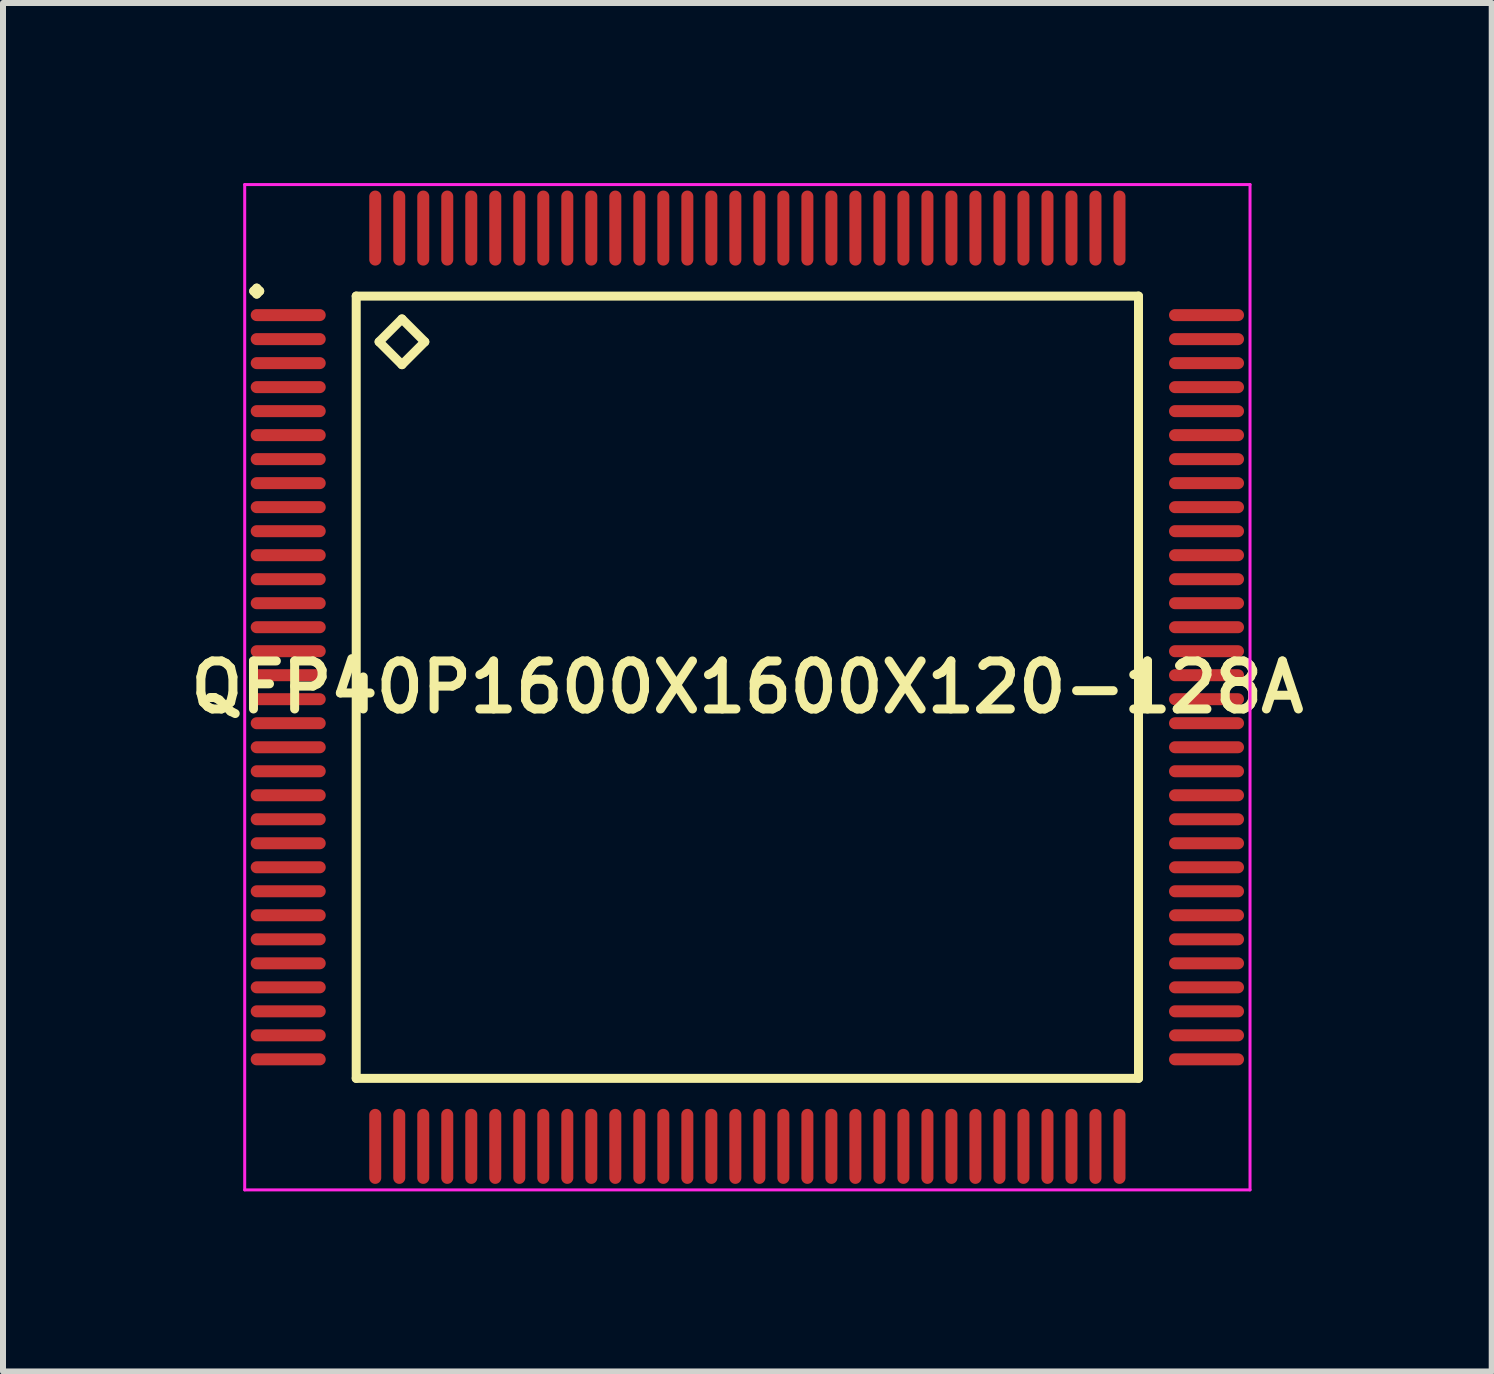
<source format=kicad_pcb>
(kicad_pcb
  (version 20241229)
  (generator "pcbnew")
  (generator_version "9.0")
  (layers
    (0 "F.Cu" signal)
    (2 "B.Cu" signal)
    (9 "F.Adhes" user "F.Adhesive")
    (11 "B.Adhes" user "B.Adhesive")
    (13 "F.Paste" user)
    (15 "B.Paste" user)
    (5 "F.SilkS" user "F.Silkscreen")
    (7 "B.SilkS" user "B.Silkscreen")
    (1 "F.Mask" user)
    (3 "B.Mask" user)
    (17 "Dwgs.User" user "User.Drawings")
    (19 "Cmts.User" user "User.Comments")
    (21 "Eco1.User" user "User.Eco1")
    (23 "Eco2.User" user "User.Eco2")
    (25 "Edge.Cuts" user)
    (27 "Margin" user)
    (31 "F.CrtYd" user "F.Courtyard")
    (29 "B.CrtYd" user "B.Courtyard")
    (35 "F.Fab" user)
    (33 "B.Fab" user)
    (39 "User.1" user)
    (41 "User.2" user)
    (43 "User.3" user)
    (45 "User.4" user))
  (footprint "QFP40P1600X1600X120-128A"
    (layer "F.Cu")
    (at 9.402 8.4)
    (property "Reference" "QFP40P1600X1600X120-128A" (at 0 0 0) (layer "F.SilkS") (effects (font (size 0.8 0.8) (thickness 0.15))))
    (attr smd)
    (fp_line (start -8.225 -6.6) (end -8.175 -6.65) (stroke (width 0.15) (type solid)) (layer "F.SilkS"))
    (fp_line (start -8.175 -6.65) (end -8.125 -6.6) (stroke (width 0.15) (type solid)) (layer "F.SilkS"))
    (fp_line (start -8.175 -6.55) (end -8.225 -6.6) (stroke (width 0.15) (type solid)) (layer "F.SilkS"))
    (fp_line (start -8.125 -6.6) (end -8.175 -6.55) (stroke (width 0.15) (type solid)) (layer "F.SilkS"))
    (fp_line (start -6.517 -6.517) (end -6.517 6.517) (stroke (width 0.15) (type solid)) (layer "F.SilkS"))
    (fp_line (start -6.517 6.517) (end 6.517 6.517) (stroke (width 0.15) (type solid)) (layer "F.SilkS"))
    (fp_line (start -6.136 -5.755) (end -5.755 -6.136) (stroke (width 0.15) (type solid)) (layer "F.SilkS"))
    (fp_line (start -5.755 -6.136) (end -5.374 -5.755) (stroke (width 0.15) (type solid)) (layer "F.SilkS"))
    (fp_line (start -5.755 -5.374) (end -6.136 -5.755) (stroke (width 0.15) (type solid)) (layer "F.SilkS"))
    (fp_line (start -5.374 -5.755) (end -5.755 -5.374) (stroke (width 0.15) (type solid)) (layer "F.SilkS"))
    (fp_line (start 6.517 -6.517) (end -6.517 -6.517) (stroke (width 0.15) (type solid)) (layer "F.SilkS"))
    (fp_line (start 6.517 6.517) (end 6.517 -6.517) (stroke (width 0.15) (type solid)) (layer "F.SilkS"))
    (fp_line (start -8.375 -8.375) (end 8.375 -8.375) (stroke (width 0.05) (type solid)) (layer "F.CrtYd"))
    (fp_line (start -8.375 8.375) (end -8.375 -8.375) (stroke (width 0.05) (type solid)) (layer "F.CrtYd"))
    (fp_line (start 8.375 -8.375) (end 8.375 8.375) (stroke (width 0.05) (type solid)) (layer "F.CrtYd"))
    (fp_line (start 8.375 8.375) (end -8.375 8.375) (stroke (width 0.05) (type solid)) (layer "F.CrtYd"))
    (pad "1" smd oval (at -7.65 -6.2) (size 1.25 0.2) (layers "F.Cu" "F.Mask" "F.Paste"))
    (pad "2" smd oval (at -7.65 -5.8) (size 1.25 0.2) (layers "F.Cu" "F.Mask" "F.Paste"))
    (pad "3" smd oval (at -7.65 -5.4) (size 1.25 0.2) (layers "F.Cu" "F.Mask" "F.Paste"))
    (pad "4" smd oval (at -7.65 -5) (size 1.25 0.2) (layers "F.Cu" "F.Mask" "F.Paste"))
    (pad "5" smd oval (at -7.65 -4.6) (size 1.25 0.2) (layers "F.Cu" "F.Mask" "F.Paste"))
    (pad "6" smd oval (at -7.65 -4.2) (size 1.25 0.2) (layers "F.Cu" "F.Mask" "F.Paste"))
    (pad "7" smd oval (at -7.65 -3.8) (size 1.25 0.2) (layers "F.Cu" "F.Mask" "F.Paste"))
    (pad "8" smd oval (at -7.65 -3.4) (size 1.25 0.2) (layers "F.Cu" "F.Mask" "F.Paste"))
    (pad "9" smd oval (at -7.65 -3) (size 1.25 0.2) (layers "F.Cu" "F.Mask" "F.Paste"))
    (pad "10" smd oval (at -7.65 -2.6) (size 1.25 0.2) (layers "F.Cu" "F.Mask" "F.Paste"))
    (pad "11" smd oval (at -7.65 -2.2) (size 1.25 0.2) (layers "F.Cu" "F.Mask" "F.Paste"))
    (pad "12" smd oval (at -7.65 -1.8) (size 1.25 0.2) (layers "F.Cu" "F.Mask" "F.Paste"))
    (pad "13" smd oval (at -7.65 -1.4) (size 1.25 0.2) (layers "F.Cu" "F.Mask" "F.Paste"))
    (pad "14" smd oval (at -7.65 -1) (size 1.25 0.2) (layers "F.Cu" "F.Mask" "F.Paste"))
    (pad "15" smd oval (at -7.65 -0.6) (size 1.25 0.2) (layers "F.Cu" "F.Mask" "F.Paste"))
    (pad "16" smd oval (at -7.65 -0.2) (size 1.25 0.2) (layers "F.Cu" "F.Mask" "F.Paste"))
    (pad "17" smd oval (at -7.65 0.2) (size 1.25 0.2) (layers "F.Cu" "F.Mask" "F.Paste"))
    (pad "18" smd oval (at -7.65 0.6) (size 1.25 0.2) (layers "F.Cu" "F.Mask" "F.Paste"))
    (pad "19" smd oval (at -7.65 1) (size 1.25 0.2) (layers "F.Cu" "F.Mask" "F.Paste"))
    (pad "20" smd oval (at -7.65 1.4) (size 1.25 0.2) (layers "F.Cu" "F.Mask" "F.Paste"))
    (pad "21" smd oval (at -7.65 1.8) (size 1.25 0.2) (layers "F.Cu" "F.Mask" "F.Paste"))
    (pad "22" smd oval (at -7.65 2.2) (size 1.25 0.2) (layers "F.Cu" "F.Mask" "F.Paste"))
    (pad "23" smd oval (at -7.65 2.6) (size 1.25 0.2) (layers "F.Cu" "F.Mask" "F.Paste"))
    (pad "24" smd oval (at -7.65 3) (size 1.25 0.2) (layers "F.Cu" "F.Mask" "F.Paste"))
    (pad "25" smd oval (at -7.65 3.4) (size 1.25 0.2) (layers "F.Cu" "F.Mask" "F.Paste"))
    (pad "26" smd oval (at -7.65 3.8) (size 1.25 0.2) (layers "F.Cu" "F.Mask" "F.Paste"))
    (pad "27" smd oval (at -7.65 4.2) (size 1.25 0.2) (layers "F.Cu" "F.Mask" "F.Paste"))
    (pad "28" smd oval (at -7.65 4.6) (size 1.25 0.2) (layers "F.Cu" "F.Mask" "F.Paste"))
    (pad "29" smd oval (at -7.65 5) (size 1.25 0.2) (layers "F.Cu" "F.Mask" "F.Paste"))
    (pad "30" smd oval (at -7.65 5.4) (size 1.25 0.2) (layers "F.Cu" "F.Mask" "F.Paste"))
    (pad "31" smd oval (at -7.65 5.8) (size 1.25 0.2) (layers "F.Cu" "F.Mask" "F.Paste"))
    (pad "32" smd oval (at -7.65 6.2) (size 1.25 0.2) (layers "F.Cu" "F.Mask" "F.Paste"))
    (pad "33" smd oval (at -6.2 7.65) (size 0.2 1.25) (layers "F.Cu" "F.Mask" "F.Paste"))
    (pad "34" smd oval (at -5.8 7.65) (size 0.2 1.25) (layers "F.Cu" "F.Mask" "F.Paste"))
    (pad "35" smd oval (at -5.4 7.65) (size 0.2 1.25) (layers "F.Cu" "F.Mask" "F.Paste"))
    (pad "36" smd oval (at -5 7.65) (size 0.2 1.25) (layers "F.Cu" "F.Mask" "F.Paste"))
    (pad "37" smd oval (at -4.6 7.65) (size 0.2 1.25) (layers "F.Cu" "F.Mask" "F.Paste"))
    (pad "38" smd oval (at -4.2 7.65) (size 0.2 1.25) (layers "F.Cu" "F.Mask" "F.Paste"))
    (pad "39" smd oval (at -3.8 7.65) (size 0.2 1.25) (layers "F.Cu" "F.Mask" "F.Paste"))
    (pad "40" smd oval (at -3.4 7.65) (size 0.2 1.25) (layers "F.Cu" "F.Mask" "F.Paste"))
    (pad "41" smd oval (at -3 7.65) (size 0.2 1.25) (layers "F.Cu" "F.Mask" "F.Paste"))
    (pad "42" smd oval (at -2.6 7.65) (size 0.2 1.25) (layers "F.Cu" "F.Mask" "F.Paste"))
    (pad "43" smd oval (at -2.2 7.65) (size 0.2 1.25) (layers "F.Cu" "F.Mask" "F.Paste"))
    (pad "44" smd oval (at -1.8 7.65) (size 0.2 1.25) (layers "F.Cu" "F.Mask" "F.Paste"))
    (pad "45" smd oval (at -1.4 7.65) (size 0.2 1.25) (layers "F.Cu" "F.Mask" "F.Paste"))
    (pad "46" smd oval (at -1 7.65) (size 0.2 1.25) (layers "F.Cu" "F.Mask" "F.Paste"))
    (pad "47" smd oval (at -0.6 7.65) (size 0.2 1.25) (layers "F.Cu" "F.Mask" "F.Paste"))
    (pad "48" smd oval (at -0.2 7.65) (size 0.2 1.25) (layers "F.Cu" "F.Mask" "F.Paste"))
    (pad "49" smd oval (at 0.2 7.65) (size 0.2 1.25) (layers "F.Cu" "F.Mask" "F.Paste"))
    (pad "50" smd oval (at 0.6 7.65) (size 0.2 1.25) (layers "F.Cu" "F.Mask" "F.Paste"))
    (pad "51" smd oval (at 1 7.65) (size 0.2 1.25) (layers "F.Cu" "F.Mask" "F.Paste"))
    (pad "52" smd oval (at 1.4 7.65) (size 0.2 1.25) (layers "F.Cu" "F.Mask" "F.Paste"))
    (pad "53" smd oval (at 1.8 7.65) (size 0.2 1.25) (layers "F.Cu" "F.Mask" "F.Paste"))
    (pad "54" smd oval (at 2.2 7.65) (size 0.2 1.25) (layers "F.Cu" "F.Mask" "F.Paste"))
    (pad "55" smd oval (at 2.6 7.65) (size 0.2 1.25) (layers "F.Cu" "F.Mask" "F.Paste"))
    (pad "56" smd oval (at 3 7.65) (size 0.2 1.25) (layers "F.Cu" "F.Mask" "F.Paste"))
    (pad "57" smd oval (at 3.4 7.65) (size 0.2 1.25) (layers "F.Cu" "F.Mask" "F.Paste"))
    (pad "58" smd oval (at 3.8 7.65) (size 0.2 1.25) (layers "F.Cu" "F.Mask" "F.Paste"))
    (pad "59" smd oval (at 4.2 7.65) (size 0.2 1.25) (layers "F.Cu" "F.Mask" "F.Paste"))
    (pad "60" smd oval (at 4.6 7.65) (size 0.2 1.25) (layers "F.Cu" "F.Mask" "F.Paste"))
    (pad "61" smd oval (at 5 7.65) (size 0.2 1.25) (layers "F.Cu" "F.Mask" "F.Paste"))
    (pad "62" smd oval (at 5.4 7.65) (size 0.2 1.25) (layers "F.Cu" "F.Mask" "F.Paste"))
    (pad "63" smd oval (at 5.8 7.65) (size 0.2 1.25) (layers "F.Cu" "F.Mask" "F.Paste"))
    (pad "64" smd oval (at 6.2 7.65) (size 0.2 1.25) (layers "F.Cu" "F.Mask" "F.Paste"))
    (pad "65" smd oval (at 7.65 6.2) (size 1.25 0.2) (layers "F.Cu" "F.Mask" "F.Paste"))
    (pad "66" smd oval (at 7.65 5.8) (size 1.25 0.2) (layers "F.Cu" "F.Mask" "F.Paste"))
    (pad "67" smd oval (at 7.65 5.4) (size 1.25 0.2) (layers "F.Cu" "F.Mask" "F.Paste"))
    (pad "68" smd oval (at 7.65 5) (size 1.25 0.2) (layers "F.Cu" "F.Mask" "F.Paste"))
    (pad "69" smd oval (at 7.65 4.6) (size 1.25 0.2) (layers "F.Cu" "F.Mask" "F.Paste"))
    (pad "70" smd oval (at 7.65 4.2) (size 1.25 0.2) (layers "F.Cu" "F.Mask" "F.Paste"))
    (pad "71" smd oval (at 7.65 3.8) (size 1.25 0.2) (layers "F.Cu" "F.Mask" "F.Paste"))
    (pad "72" smd oval (at 7.65 3.4) (size 1.25 0.2) (layers "F.Cu" "F.Mask" "F.Paste"))
    (pad "73" smd oval (at 7.65 3) (size 1.25 0.2) (layers "F.Cu" "F.Mask" "F.Paste"))
    (pad "74" smd oval (at 7.65 2.6) (size 1.25 0.2) (layers "F.Cu" "F.Mask" "F.Paste"))
    (pad "75" smd oval (at 7.65 2.2) (size 1.25 0.2) (layers "F.Cu" "F.Mask" "F.Paste"))
    (pad "76" smd oval (at 7.65 1.8) (size 1.25 0.2) (layers "F.Cu" "F.Mask" "F.Paste"))
    (pad "77" smd oval (at 7.65 1.4) (size 1.25 0.2) (layers "F.Cu" "F.Mask" "F.Paste"))
    (pad "78" smd oval (at 7.65 1) (size 1.25 0.2) (layers "F.Cu" "F.Mask" "F.Paste"))
    (pad "79" smd oval (at 7.65 0.6) (size 1.25 0.2) (layers "F.Cu" "F.Mask" "F.Paste"))
    (pad "80" smd oval (at 7.65 0.2) (size 1.25 0.2) (layers "F.Cu" "F.Mask" "F.Paste"))
    (pad "81" smd oval (at 7.65 -0.2) (size 1.25 0.2) (layers "F.Cu" "F.Mask" "F.Paste"))
    (pad "82" smd oval (at 7.65 -0.6) (size 1.25 0.2) (layers "F.Cu" "F.Mask" "F.Paste"))
    (pad "83" smd oval (at 7.65 -1) (size 1.25 0.2) (layers "F.Cu" "F.Mask" "F.Paste"))
    (pad "84" smd oval (at 7.65 -1.4) (size 1.25 0.2) (layers "F.Cu" "F.Mask" "F.Paste"))
    (pad "85" smd oval (at 7.65 -1.8) (size 1.25 0.2) (layers "F.Cu" "F.Mask" "F.Paste"))
    (pad "86" smd oval (at 7.65 -2.2) (size 1.25 0.2) (layers "F.Cu" "F.Mask" "F.Paste"))
    (pad "87" smd oval (at 7.65 -2.6) (size 1.25 0.2) (layers "F.Cu" "F.Mask" "F.Paste"))
    (pad "88" smd oval (at 7.65 -3) (size 1.25 0.2) (layers "F.Cu" "F.Mask" "F.Paste"))
    (pad "89" smd oval (at 7.65 -3.4) (size 1.25 0.2) (layers "F.Cu" "F.Mask" "F.Paste"))
    (pad "90" smd oval (at 7.65 -3.8) (size 1.25 0.2) (layers "F.Cu" "F.Mask" "F.Paste"))
    (pad "91" smd oval (at 7.65 -4.2) (size 1.25 0.2) (layers "F.Cu" "F.Mask" "F.Paste"))
    (pad "92" smd oval (at 7.65 -4.6) (size 1.25 0.2) (layers "F.Cu" "F.Mask" "F.Paste"))
    (pad "93" smd oval (at 7.65 -5) (size 1.25 0.2) (layers "F.Cu" "F.Mask" "F.Paste"))
    (pad "94" smd oval (at 7.65 -5.4) (size 1.25 0.2) (layers "F.Cu" "F.Mask" "F.Paste"))
    (pad "95" smd oval (at 7.65 -5.8) (size 1.25 0.2) (layers "F.Cu" "F.Mask" "F.Paste"))
    (pad "96" smd oval (at 7.65 -6.2) (size 1.25 0.2) (layers "F.Cu" "F.Mask" "F.Paste"))
    (pad "97" smd oval (at 6.2 -7.65) (size 0.2 1.25) (layers "F.Cu" "F.Mask" "F.Paste"))
    (pad "98" smd oval (at 5.8 -7.65) (size 0.2 1.25) (layers "F.Cu" "F.Mask" "F.Paste"))
    (pad "99" smd oval (at 5.4 -7.65) (size 0.2 1.25) (layers "F.Cu" "F.Mask" "F.Paste"))
    (pad "100" smd oval (at 5 -7.65) (size 0.2 1.25) (layers "F.Cu" "F.Mask" "F.Paste"))
    (pad "101" smd oval (at 4.6 -7.65) (size 0.2 1.25) (layers "F.Cu" "F.Mask" "F.Paste"))
    (pad "102" smd oval (at 4.2 -7.65) (size 0.2 1.25) (layers "F.Cu" "F.Mask" "F.Paste"))
    (pad "103" smd oval (at 3.8 -7.65) (size 0.2 1.25) (layers "F.Cu" "F.Mask" "F.Paste"))
    (pad "104" smd oval (at 3.4 -7.65) (size 0.2 1.25) (layers "F.Cu" "F.Mask" "F.Paste"))
    (pad "105" smd oval (at 3 -7.65) (size 0.2 1.25) (layers "F.Cu" "F.Mask" "F.Paste"))
    (pad "106" smd oval (at 2.6 -7.65) (size 0.2 1.25) (layers "F.Cu" "F.Mask" "F.Paste"))
    (pad "107" smd oval (at 2.2 -7.65) (size 0.2 1.25) (layers "F.Cu" "F.Mask" "F.Paste"))
    (pad "108" smd oval (at 1.8 -7.65) (size 0.2 1.25) (layers "F.Cu" "F.Mask" "F.Paste"))
    (pad "109" smd oval (at 1.4 -7.65) (size 0.2 1.25) (layers "F.Cu" "F.Mask" "F.Paste"))
    (pad "110" smd oval (at 1 -7.65) (size 0.2 1.25) (layers "F.Cu" "F.Mask" "F.Paste"))
    (pad "111" smd oval (at 0.6 -7.65) (size 0.2 1.25) (layers "F.Cu" "F.Mask" "F.Paste"))
    (pad "112" smd oval (at 0.2 -7.65) (size 0.2 1.25) (layers "F.Cu" "F.Mask" "F.Paste"))
    (pad "113" smd oval (at -0.2 -7.65) (size 0.2 1.25) (layers "F.Cu" "F.Mask" "F.Paste"))
    (pad "114" smd oval (at -0.6 -7.65) (size 0.2 1.25) (layers "F.Cu" "F.Mask" "F.Paste"))
    (pad "115" smd oval (at -1 -7.65) (size 0.2 1.25) (layers "F.Cu" "F.Mask" "F.Paste"))
    (pad "116" smd oval (at -1.4 -7.65) (size 0.2 1.25) (layers "F.Cu" "F.Mask" "F.Paste"))
    (pad "117" smd oval (at -1.8 -7.65) (size 0.2 1.25) (layers "F.Cu" "F.Mask" "F.Paste"))
    (pad "118" smd oval (at -2.2 -7.65) (size 0.2 1.25) (layers "F.Cu" "F.Mask" "F.Paste"))
    (pad "119" smd oval (at -2.6 -7.65) (size 0.2 1.25) (layers "F.Cu" "F.Mask" "F.Paste"))
    (pad "120" smd oval (at -3 -7.65) (size 0.2 1.25) (layers "F.Cu" "F.Mask" "F.Paste"))
    (pad "121" smd oval (at -3.4 -7.65) (size 0.2 1.25) (layers "F.Cu" "F.Mask" "F.Paste"))
    (pad "122" smd oval (at -3.8 -7.65) (size 0.2 1.25) (layers "F.Cu" "F.Mask" "F.Paste"))
    (pad "123" smd oval (at -4.2 -7.65) (size 0.2 1.25) (layers "F.Cu" "F.Mask" "F.Paste"))
    (pad "124" smd oval (at -4.6 -7.65) (size 0.2 1.25) (layers "F.Cu" "F.Mask" "F.Paste"))
    (pad "125" smd oval (at -5 -7.65) (size 0.2 1.25) (layers "F.Cu" "F.Mask" "F.Paste"))
    (pad "126" smd oval (at -5.4 -7.65) (size 0.2 1.25) (layers "F.Cu" "F.Mask" "F.Paste"))
    (pad "127" smd oval (at -5.8 -7.65) (size 0.2 1.25) (layers "F.Cu" "F.Mask" "F.Paste"))
    (pad "128" smd oval (at -6.2 -7.65) (size 0.2 1.25) (layers "F.Cu" "F.Mask" "F.Paste")))
  (gr_rect
    (start -3 -3)
    (end 21.804 19.8)
    (stroke (width 0.1) (type default))
    (fill no)
    (layer "Edge.Cuts")))
</source>
